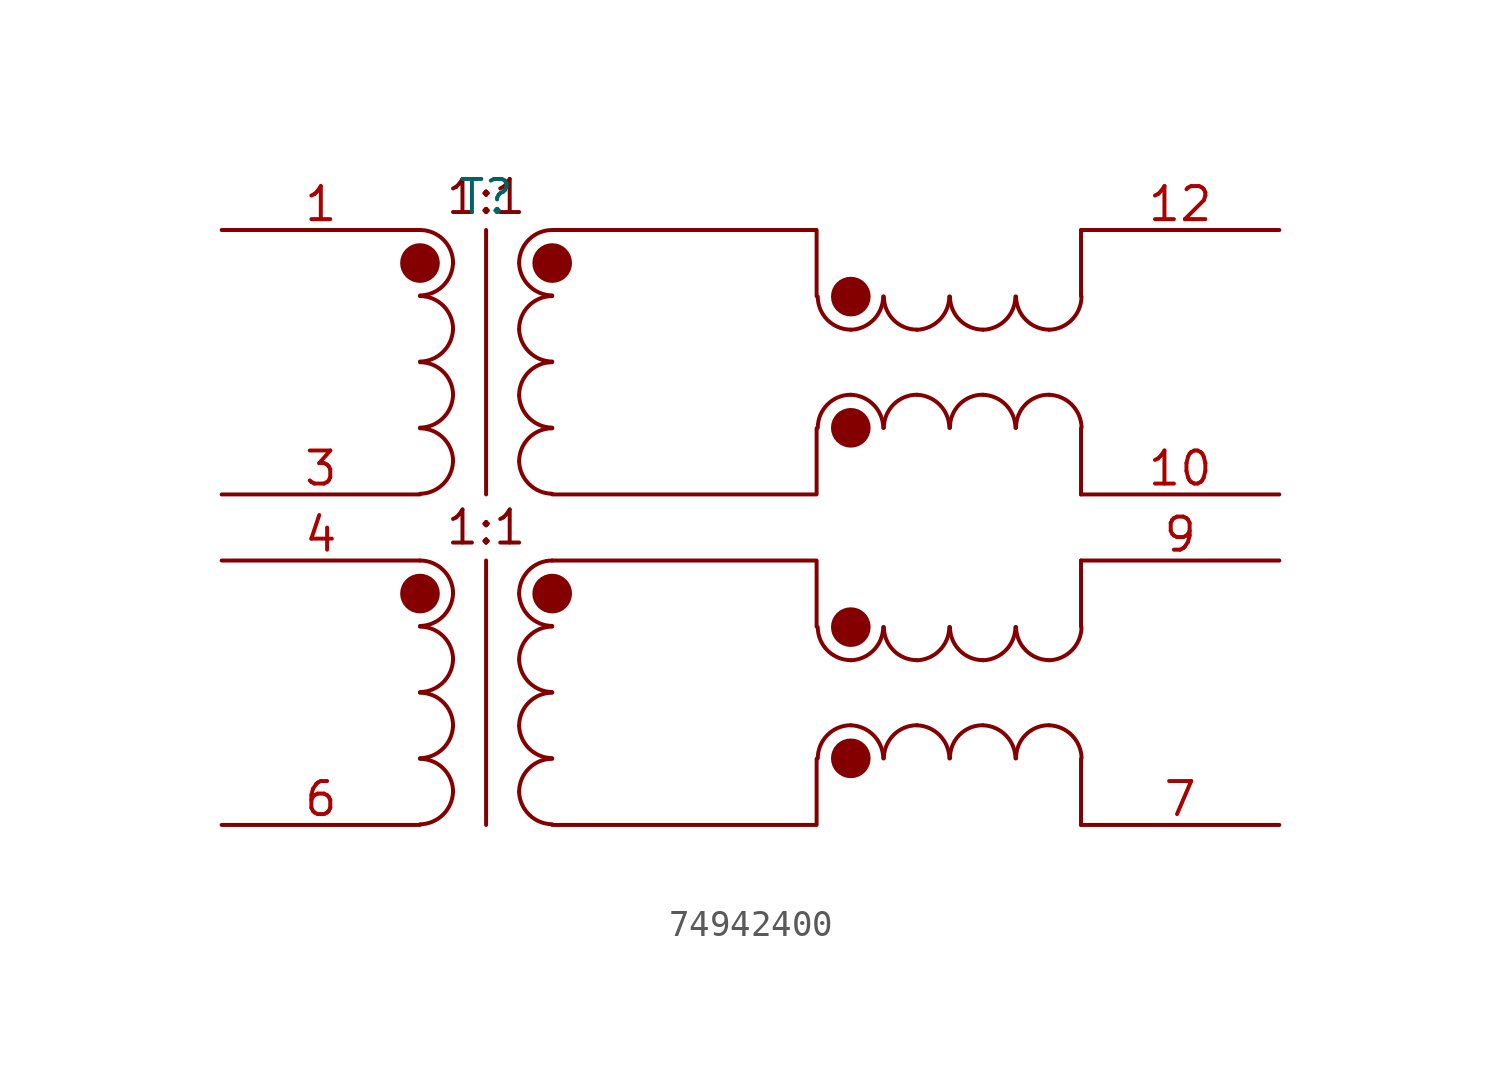
<source format=kicad_sym>
(kicad_symbol_lib
  (version 20220914)
  (generator kicad_symbol_editor)
  (symbol "74942400"
    (pin_names hide)
    (property "Reference" "T"
      (at 0 12.7 0)
      (effects (font (size 1.27 1.27))))
    (property "Critical Parameter" ""
      (at 0 -5.08 0)
      (effects (font (size 1.27 1.27)) (justify left)))
    (symbol "74942400_0_1"
      (arc (start -2.54 -11.4046) (mid -1.6561 -11.0363) (end -1.27 -10.16) (stroke (width 0) (type default)) (fill (type none)))
      (arc (start -2.54 -8.8646) (mid -1.6561 -8.4963) (end -1.27 -7.62) (stroke (width 0) (type default)) (fill (type none)))
      (arc (start -2.54 -6.3246) (mid -1.6561 -5.9563) (end -1.27 -5.08) (stroke (width 0) (type default)) (fill (type none)))
      (arc (start -2.54 -3.7846) (mid -1.6561 -3.4163) (end -1.27 -2.54) (stroke (width 0) (type default)) (fill (type none)))
      (arc (start -2.54 1.2954) (mid -1.6561 1.6637) (end -1.27 2.54) (stroke (width 0) (type default)) (fill (type none)))
      (arc (start -2.54 3.8354) (mid -1.6561 4.2037) (end -1.27 5.08) (stroke (width 0) (type default)) (fill (type none)))
      (arc (start -2.54 6.3754) (mid -1.6561 6.7437) (end -1.27 7.62) (stroke (width 0) (type default)) (fill (type none)))
      (arc (start -2.54 8.9154) (mid -1.6561 9.2837) (end -1.27 10.16) (stroke (width 0) (type default)) (fill (type none)))
      (arc (start -1.27 -10.16) (mid -1.642 -9.262) (end -2.54 -8.89) (stroke (width 0) (type default)) (fill (type none)))
      (arc (start -1.27 -7.62) (mid -1.642 -6.722) (end -2.54 -6.35) (stroke (width 0) (type default)) (fill (type none)))
      (arc (start -1.27 -5.08) (mid -1.642 -4.182) (end -2.54 -3.81) (stroke (width 0) (type default)) (fill (type none)))
      (arc (start -1.27 -2.54) (mid -1.642 -1.642) (end -2.54 -1.27) (stroke (width 0) (type default)) (fill (type none)))
      (arc (start -1.27 2.54) (mid -1.642 3.438) (end -2.54 3.81) (stroke (width 0) (type default)) (fill (type none)))
      (arc (start -1.27 5.08) (mid -1.642 5.978) (end -2.54 6.35) (stroke (width 0) (type default)) (fill (type none)))
      (arc (start -1.27 7.62) (mid -1.642 8.518) (end -2.54 8.89) (stroke (width 0) (type default)) (fill (type none)))
      (arc (start -1.27 10.16) (mid -1.642 11.058) (end -2.54 11.43) (stroke (width 0) (type default)) (fill (type none)))
      (polyline (pts (xy 0 -11.43) (xy 0 -1.27)) (stroke (width 0) (type default)) (fill (type none)))
      (polyline (pts (xy 0 1.27) (xy 0 11.43)) (stroke (width 0) (type default)) (fill (type none)))
      (arc (start 1.27 -10.16) (mid 1.6561 -11.0363) (end 2.54 -11.4046) (stroke (width 0) (type default)) (fill (type none)))
      (arc (start 1.27 -7.62) (mid 1.6561 -8.4963) (end 2.54 -8.8646) (stroke (width 0) (type default)) (fill (type none)))
      (arc (start 1.27 -5.08) (mid 1.6561 -5.9563) (end 2.54 -6.3246) (stroke (width 0) (type default)) (fill (type none)))
      (arc (start 1.27 -2.54) (mid 1.6561 -3.4163) (end 2.54 -3.7846) (stroke (width 0) (type default)) (fill (type none)))
      (arc (start 1.27 2.54) (mid 1.6561 1.6637) (end 2.54 1.2954) (stroke (width 0) (type default)) (fill (type none)))
      (arc (start 1.27 5.08) (mid 1.6561 4.2037) (end 2.54 3.8354) (stroke (width 0) (type default)) (fill (type none)))
      (arc (start 1.27 7.62) (mid 1.6561 6.7437) (end 2.54 6.3754) (stroke (width 0) (type default)) (fill (type none)))
      (arc (start 1.27 10.16) (mid 1.6561 9.2837) (end 2.54 8.9154) (stroke (width 0) (type default)) (fill (type none)))
      (arc (start 2.54 -8.89) (mid 1.642 -9.262) (end 1.27 -10.16) (stroke (width 0) (type default)) (fill (type none)))
      (arc (start 2.54 -6.35) (mid 1.642 -6.722) (end 1.27 -7.62) (stroke (width 0) (type default)) (fill (type none)))
      (arc (start 2.54 -3.81) (mid 1.642 -4.182) (end 1.27 -5.08) (stroke (width 0) (type default)) (fill (type none)))
      (arc (start 2.54 -1.27) (mid 1.642 -1.642) (end 1.27 -2.54) (stroke (width 0) (type default)) (fill (type none)))
      (arc (start 2.54 3.81) (mid 1.642 3.438) (end 1.27 2.54) (stroke (width 0) (type default)) (fill (type none)))
      (arc (start 2.54 6.35) (mid 1.642 5.978) (end 1.27 5.08) (stroke (width 0) (type default)) (fill (type none)))
      (arc (start 2.54 8.89) (mid 1.642 8.518) (end 1.27 7.62) (stroke (width 0) (type default)) (fill (type none)))
      (arc (start 2.54 11.43) (mid 1.642 11.058) (end 1.27 10.16) (stroke (width 0) (type default)) (fill (type none)))
      (arc (start 12.7445 -3.8285) (mid 13.1166 -4.7264) (end 14.0145 -5.0985) (stroke (width 0) (type default)) (fill (type none)))
      (arc (start 12.7445 8.8715) (mid 13.1166 7.9736) (end 14.0145 7.6015) (stroke (width 0) (type default)) (fill (type none)))
      (arc (start 14.0145 -7.6015) (mid 13.1166 -7.9736) (end 12.7445 -8.8715) (stroke (width 0) (type default)) (fill (type none)))
      (arc (start 14.0145 -5.0985) (mid 14.8908 -4.7124) (end 15.2591 -3.8285) (stroke (width 0) (type default)) (fill (type none)))
      (arc (start 14.0145 5.0985) (mid 13.1166 4.7264) (end 12.7445 3.8285) (stroke (width 0) (type default)) (fill (type none)))
      (arc (start 14.0145 7.6015) (mid 14.8908 7.9876) (end 15.2591 8.8715) (stroke (width 0) (type default)) (fill (type none)))
      (arc (start 15.2591 -8.8715) (mid 14.8908 -7.9876) (end 14.0145 -7.6015) (stroke (width 0) (type default)) (fill (type none)))
      (arc (start 15.2591 3.8285) (mid 14.8908 4.7124) (end 14.0145 5.0985) (stroke (width 0) (type default)) (fill (type none)))
      (arc (start 15.2845 -3.8285) (mid 15.6566 -4.7264) (end 16.5545 -5.0985) (stroke (width 0) (type default)) (fill (type none)))
      (arc (start 15.2845 8.8715) (mid 15.6566 7.9736) (end 16.5545 7.6015) (stroke (width 0) (type default)) (fill (type none)))
      (arc (start 16.5545 -7.6015) (mid 15.6566 -7.9736) (end 15.2845 -8.8715) (stroke (width 0) (type default)) (fill (type none)))
      (arc (start 16.5545 -5.0985) (mid 17.4308 -4.7124) (end 17.7991 -3.8285) (stroke (width 0) (type default)) (fill (type none)))
      (arc (start 16.5545 5.0985) (mid 15.6566 4.7264) (end 15.2845 3.8285) (stroke (width 0) (type default)) (fill (type none)))
      (arc (start 16.5545 7.6015) (mid 17.4308 7.9876) (end 17.7991 8.8715) (stroke (width 0) (type default)) (fill (type none)))
      (arc (start 17.7991 -8.8715) (mid 17.4308 -7.9876) (end 16.5545 -7.6015) (stroke (width 0) (type default)) (fill (type none)))
      (arc (start 17.7991 3.8285) (mid 17.4308 4.7124) (end 16.5545 5.0985) (stroke (width 0) (type default)) (fill (type none)))
      (arc (start 17.8245 -3.8285) (mid 18.1962 -4.7259) (end 19.0945 -5.0985) (stroke (width 0) (type default)) (fill (type none)))
      (arc (start 17.8245 8.8715) (mid 18.1962 7.9741) (end 19.0945 7.6015) (stroke (width 0) (type default)) (fill (type none)))
      (arc (start 19.0945 -7.6015) (mid 18.1941 -7.972) (end 17.8245 -8.8715) (stroke (width 0) (type default)) (fill (type none)))
      (arc (start 19.0945 -5.0985) (mid 19.9708 -4.7124) (end 20.3391 -3.8285) (stroke (width 0) (type default)) (fill (type none)))
      (arc (start 19.0945 5.0985) (mid 18.1941 4.728) (end 17.8245 3.8285) (stroke (width 0) (type default)) (fill (type none)))
      (arc (start 19.0945 7.6015) (mid 19.9708 7.9876) (end 20.3391 8.8715) (stroke (width 0) (type default)) (fill (type none)))
      (arc (start 20.3391 -8.8715) (mid 19.9708 -7.9876) (end 19.0945 -7.6015) (stroke (width 0) (type default)) (fill (type none)))
      (arc (start 20.3391 3.8285) (mid 19.9708 4.7124) (end 19.0945 5.0985) (stroke (width 0) (type default)) (fill (type none)))
      (arc (start 20.3645 -3.8285) (mid 20.7362 -4.7259) (end 21.6345 -5.0985) (stroke (width 0) (type default)) (fill (type none)))
      (arc (start 20.3645 8.8715) (mid 20.7362 7.9741) (end 21.6345 7.6015) (stroke (width 0) (type default)) (fill (type none)))
      (arc (start 21.6345 -7.6015) (mid 20.7341 -7.972) (end 20.3645 -8.8715) (stroke (width 0) (type default)) (fill (type none)))
      (arc (start 21.6345 -5.0985) (mid 22.5108 -4.7124) (end 22.8791 -3.8285) (stroke (width 0) (type default)) (fill (type none)))
      (arc (start 21.6345 5.0985) (mid 20.7341 4.728) (end 20.3645 3.8285) (stroke (width 0) (type default)) (fill (type none)))
      (arc (start 21.6345 7.6015) (mid 22.5108 7.9876) (end 22.8791 8.8715) (stroke (width 0) (type default)) (fill (type none)))
      (arc (start 22.8791 -8.8715) (mid 22.5108 -7.9876) (end 21.6345 -7.6015) (stroke (width 0) (type default)) (fill (type none)))
      (arc (start 22.8791 3.8285) (mid 22.5108 4.7124) (end 21.6345 5.0985) (stroke (width 0) (type default)) (fill (type none))))
    (symbol "74942400_1_1"
      (circle (center -2.54 -2.54) (radius 0.0001) (stroke (width 0.762) (type default)) (fill (type none)))
      (circle (center -2.54 10.16) (radius 0.0001) (stroke (width 0.762) (type default)) (fill (type none)))
      (polyline (pts (xy 22.86 -8.89) (xy 22.86 -11.43)) (stroke (width 0) (type default)) (fill (type none)))
      (polyline (pts (xy 22.86 -3.81) (xy 22.86 -1.27)) (stroke (width 0) (type default)) (fill (type none)))
      (polyline (pts (xy 22.86 3.81) (xy 22.86 1.27)) (stroke (width 0) (type default)) (fill (type none)))
      (polyline (pts (xy 22.86 8.89) (xy 22.86 11.43)) (stroke (width 0) (type default)) (fill (type none)))
      (polyline (pts (xy 2.54 -11.43) (xy 12.7 -11.43) (xy 12.7 -8.89)) (stroke (width 0) (type default)) (fill (type none)))
      (polyline (pts (xy 2.54 -1.27) (xy 12.7 -1.27) (xy 12.7 -3.81)) (stroke (width 0) (type default)) (fill (type none)))
      (polyline (pts (xy 2.54 1.27) (xy 12.7 1.27) (xy 12.7 3.81)) (stroke (width 0) (type default)) (fill (type none)))
      (polyline (pts (xy 2.54 11.43) (xy 12.7 11.43) (xy 12.7 8.89)) (stroke (width 0) (type default)) (fill (type none)))
      (circle (center 2.54 -2.54) (radius 0.0001) (stroke (width 0.762) (type default)) (fill (type none)))
      (circle (center 2.54 10.16) (radius 0.0001) (stroke (width 0.762) (type default)) (fill (type none)))
      (circle (center 14.014 -8.871) (radius 0.0001) (stroke (width 0.762) (type default)) (fill (type none)))
      (circle (center 14.014 -3.829) (radius 0.0001) (stroke (width 0.762) (type default)) (fill (type none)))
      (circle (center 14.014 3.829) (radius 0.0001) (stroke (width 0.762) (type default)) (fill (type none)))
      (circle (center 14.014 8.871) (radius 0.0001) (stroke (width 0.762) (type default)) (fill (type none)))
      (text "1:1" (at 0 0 0) (effects (font (size 1.27 1.27))))
      (text "1:1" (at 0 12.7 0) (effects (font (size 1.27 1.27))))
      (pin passive line (at -10.16 11.43 0) (length 7.62) (name "1" (effects (font (size 1.27 1.27)))) (number "1" (effects (font (size 1.27 1.27)))))
      (pin passive line (at 30.48 1.27 180) (length 7.62) (name "10" (effects (font (size 1.27 1.27)))) (number "10" (effects (font (size 1.27 1.27)))))
      (pin passive line (at 30.48 11.43 180) (length 7.62) (name "12" (effects (font (size 1.27 1.27)))) (number "12" (effects (font (size 1.27 1.27)))))
      (pin passive line (at -10.16 1.27 0) (length 7.62) (name "3" (effects (font (size 1.27 1.27)))) (number "3" (effects (font (size 1.27 1.27)))))
      (pin passive line (at -10.16 -1.27 0) (length 7.62) (name "4" (effects (font (size 1.27 1.27)))) (number "4" (effects (font (size 1.27 1.27)))))
      (pin passive line (at -10.16 -11.43 0) (length 7.62) (name "6" (effects (font (size 1.27 1.27)))) (number "6" (effects (font (size 1.27 1.27)))))
      (pin passive line (at 30.48 -11.43 180) (length 7.62) (name "7" (effects (font (size 1.27 1.27)))) (number "7" (effects (font (size 1.27 1.27)))))
      (pin passive line (at 30.48 -1.27 180) (length 7.62) (name "9" (effects (font (size 1.27 1.27)))) (number "9" (effects (font (size 1.27 1.27))))))))
</source>
